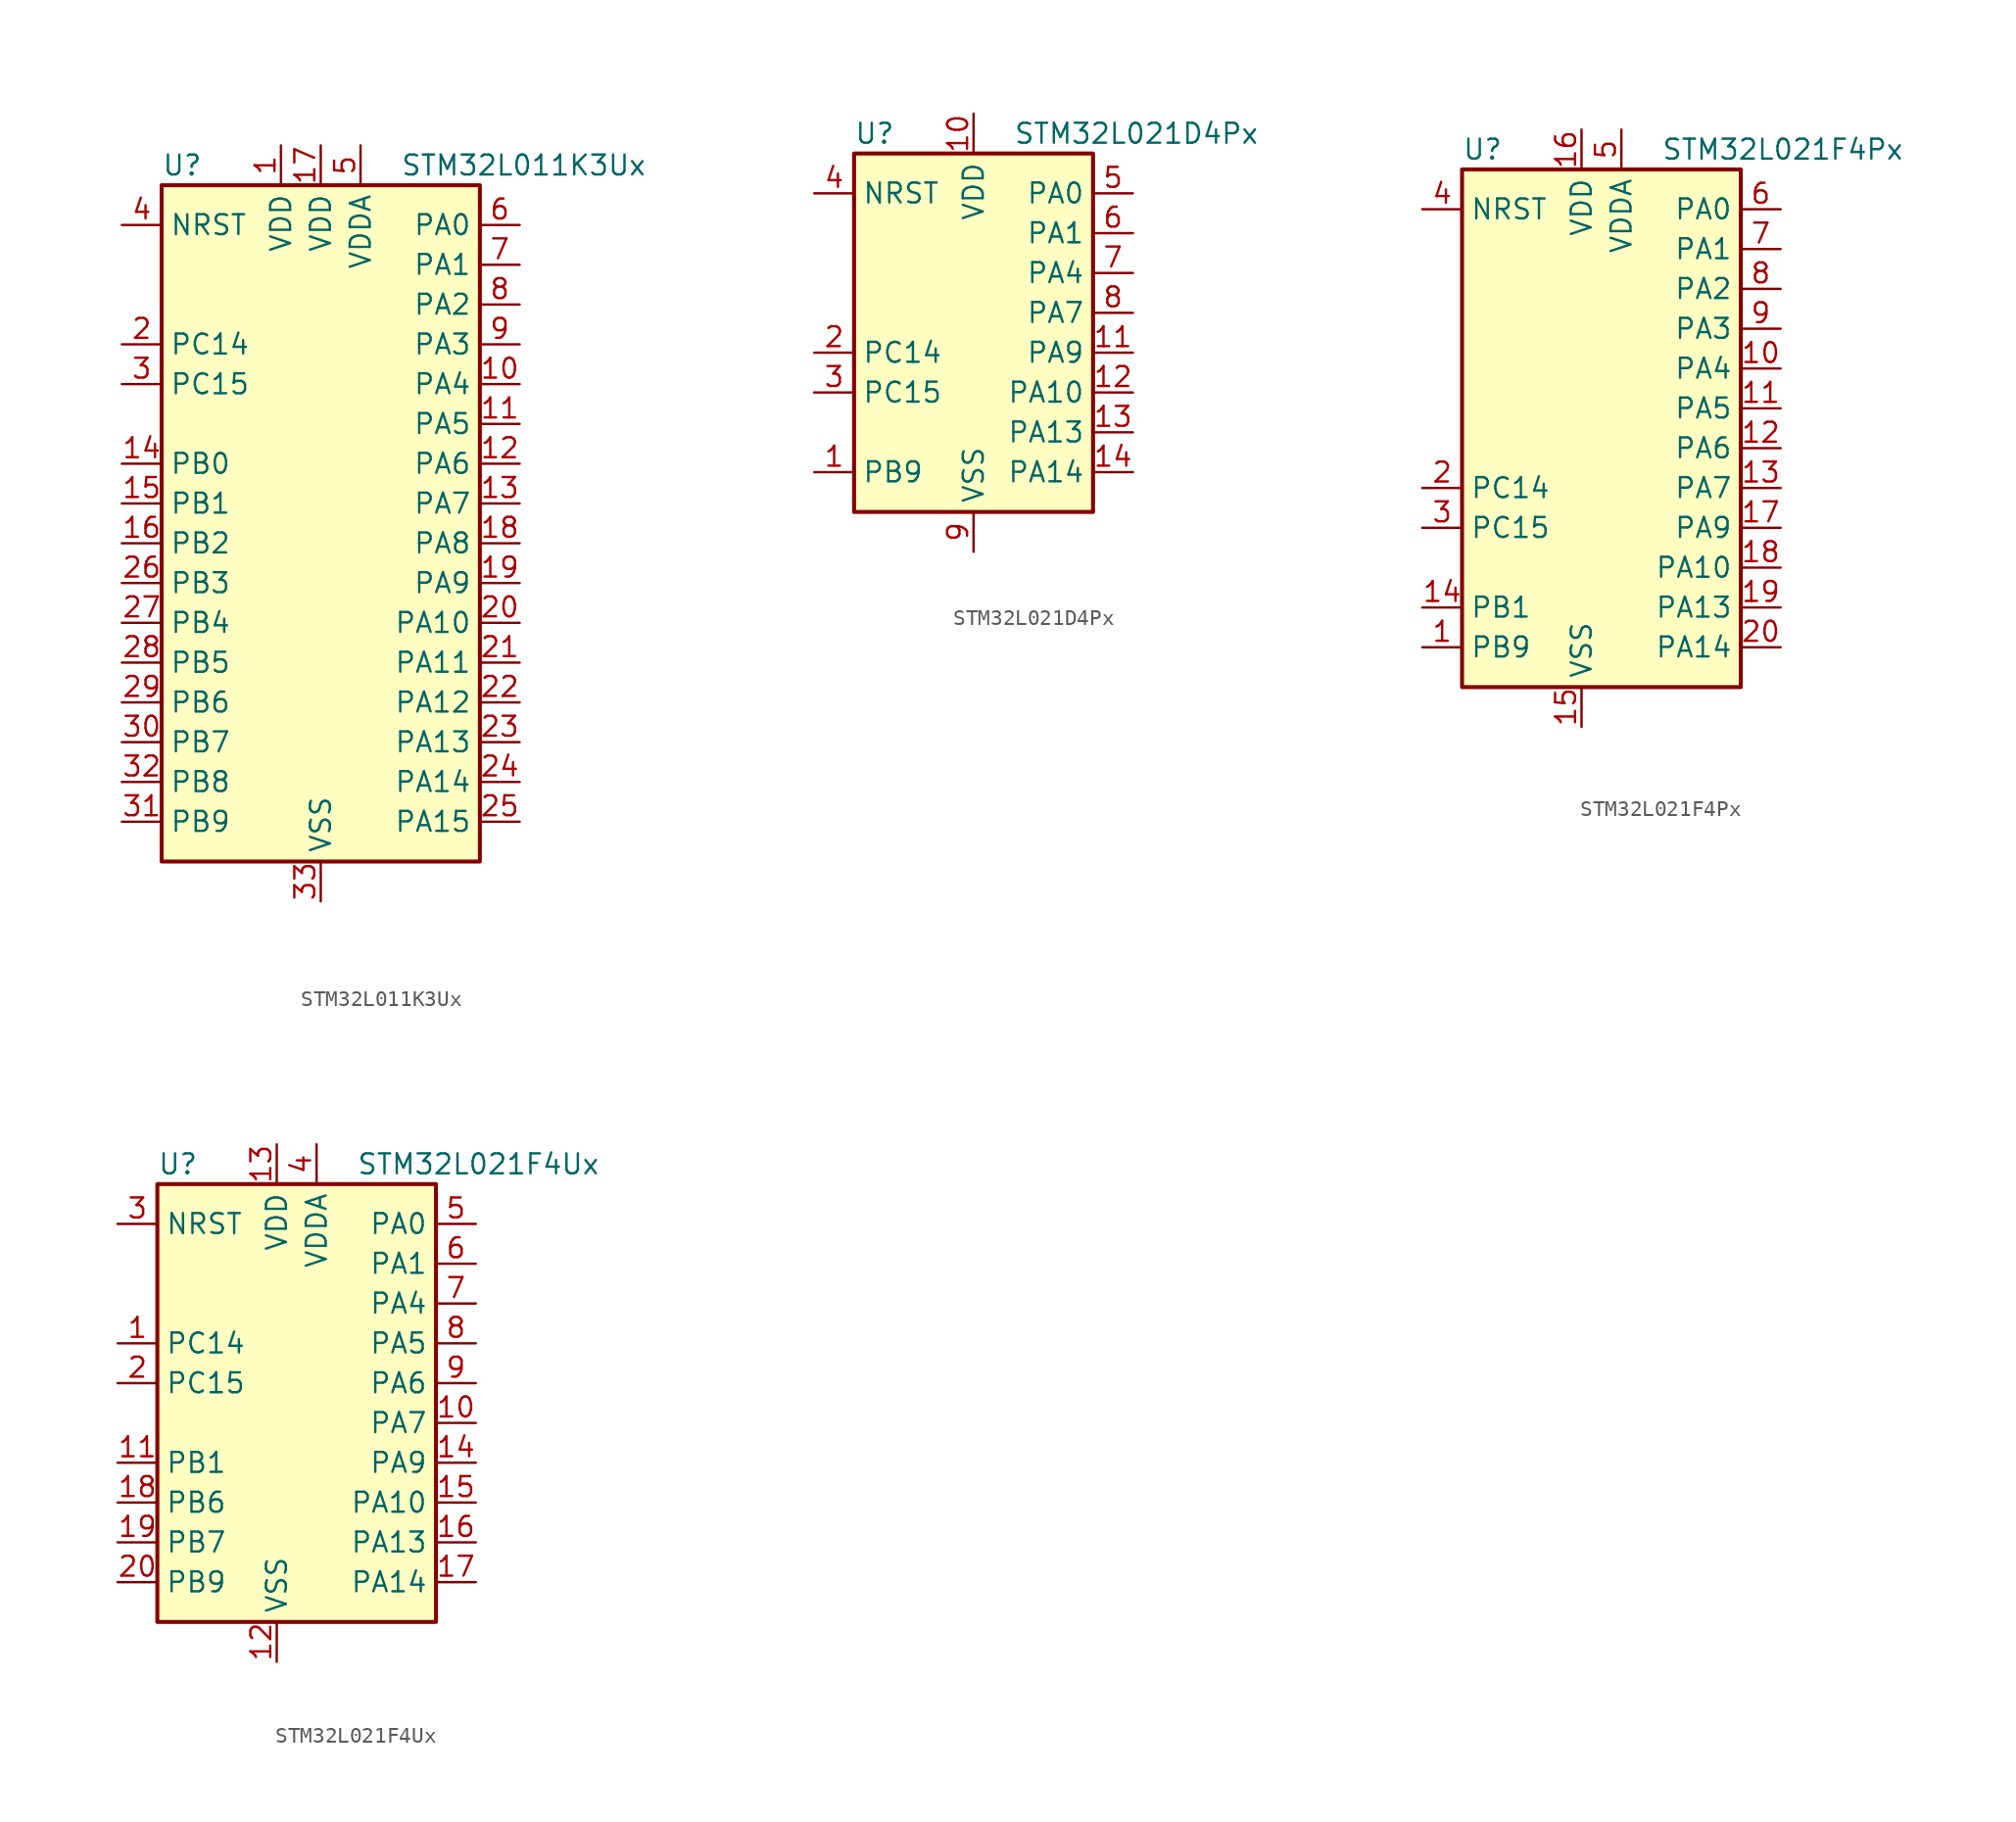
<source format=kicad_sym>
(kicad_symbol_lib
  (version 20201005)
  (generator kicad_symbol_editor)
  (symbol "MCU_ST_STM32L0:STM32L011K3Ux"
    (property "Reference" "U"
      (at -10.16 21.59 0)
      (effects (font (size 1.27 1.27)) (justify left)))
    (property "Value" "STM32L011K3Ux"
      (at 5.08 21.59 0)
      (effects (font (size 1.27 1.27)) (justify left)))
    (symbol "STM32L011K3Ux_0_1"
      (rectangle (start -10.16 -22.86) (end 10.16 20.32) (stroke (width 0.254)) (fill (type background))))
    (symbol "STM32L011K3Ux_1_1"
      (pin input line (at -12.7 17.78 0) (length 2.54) (name "NRST" (effects (font (size 1.27 1.27)))) (number "4" (effects (font (size 1.27 1.27)))))
      (pin bidirectional line (at 12.7 17.78 180) (length 2.54) (name "PA0" (effects (font (size 1.27 1.27)))) (number "6" (effects (font (size 1.27 1.27)))))
      (pin bidirectional line (at 12.7 15.24 180) (length 2.54) (name "PA1" (effects (font (size 1.27 1.27)))) (number "7" (effects (font (size 1.27 1.27)))))
      (pin bidirectional line (at 12.7 -7.62 180) (length 2.54) (name "PA10" (effects (font (size 1.27 1.27)))) (number "20" (effects (font (size 1.27 1.27)))))
      (pin bidirectional line (at 12.7 -10.16 180) (length 2.54) (name "PA11" (effects (font (size 1.27 1.27)))) (number "21" (effects (font (size 1.27 1.27)))))
      (pin bidirectional line (at 12.7 -12.7 180) (length 2.54) (name "PA12" (effects (font (size 1.27 1.27)))) (number "22" (effects (font (size 1.27 1.27)))))
      (pin bidirectional line (at 12.7 -15.24 180) (length 2.54) (name "PA13" (effects (font (size 1.27 1.27)))) (number "23" (effects (font (size 1.27 1.27)))))
      (pin bidirectional line (at 12.7 -17.78 180) (length 2.54) (name "PA14" (effects (font (size 1.27 1.27)))) (number "24" (effects (font (size 1.27 1.27)))))
      (pin bidirectional line (at 12.7 -20.32 180) (length 2.54) (name "PA15" (effects (font (size 1.27 1.27)))) (number "25" (effects (font (size 1.27 1.27)))))
      (pin bidirectional line (at 12.7 12.7 180) (length 2.54) (name "PA2" (effects (font (size 1.27 1.27)))) (number "8" (effects (font (size 1.27 1.27)))))
      (pin bidirectional line (at 12.7 10.16 180) (length 2.54) (name "PA3" (effects (font (size 1.27 1.27)))) (number "9" (effects (font (size 1.27 1.27)))))
      (pin bidirectional line (at 12.7 7.62 180) (length 2.54) (name "PA4" (effects (font (size 1.27 1.27)))) (number "10" (effects (font (size 1.27 1.27)))))
      (pin bidirectional line (at 12.7 5.08 180) (length 2.54) (name "PA5" (effects (font (size 1.27 1.27)))) (number "11" (effects (font (size 1.27 1.27)))))
      (pin bidirectional line (at 12.7 2.54 180) (length 2.54) (name "PA6" (effects (font (size 1.27 1.27)))) (number "12" (effects (font (size 1.27 1.27)))))
      (pin bidirectional line (at 12.7 0 180) (length 2.54) (name "PA7" (effects (font (size 1.27 1.27)))) (number "13" (effects (font (size 1.27 1.27)))))
      (pin bidirectional line (at 12.7 -2.54 180) (length 2.54) (name "PA8" (effects (font (size 1.27 1.27)))) (number "18" (effects (font (size 1.27 1.27)))))
      (pin bidirectional line (at 12.7 -5.08 180) (length 2.54) (name "PA9" (effects (font (size 1.27 1.27)))) (number "19" (effects (font (size 1.27 1.27)))))
      (pin bidirectional line (at -12.7 2.54 0) (length 2.54) (name "PB0" (effects (font (size 1.27 1.27)))) (number "14" (effects (font (size 1.27 1.27)))))
      (pin bidirectional line (at -12.7 0 0) (length 2.54) (name "PB1" (effects (font (size 1.27 1.27)))) (number "15" (effects (font (size 1.27 1.27)))))
      (pin bidirectional line (at -12.7 -2.54 0) (length 2.54) (name "PB2" (effects (font (size 1.27 1.27)))) (number "16" (effects (font (size 1.27 1.27)))))
      (pin bidirectional line (at -12.7 -5.08 0) (length 2.54) (name "PB3" (effects (font (size 1.27 1.27)))) (number "26" (effects (font (size 1.27 1.27)))))
      (pin bidirectional line (at -12.7 -7.62 0) (length 2.54) (name "PB4" (effects (font (size 1.27 1.27)))) (number "27" (effects (font (size 1.27 1.27)))))
      (pin bidirectional line (at -12.7 -10.16 0) (length 2.54) (name "PB5" (effects (font (size 1.27 1.27)))) (number "28" (effects (font (size 1.27 1.27)))))
      (pin bidirectional line (at -12.7 -12.7 0) (length 2.54) (name "PB6" (effects (font (size 1.27 1.27)))) (number "29" (effects (font (size 1.27 1.27)))))
      (pin bidirectional line (at -12.7 -15.24 0) (length 2.54) (name "PB7" (effects (font (size 1.27 1.27)))) (number "30" (effects (font (size 1.27 1.27)))))
      (pin bidirectional line (at -12.7 -17.78 0) (length 2.54) (name "PB8" (effects (font (size 1.27 1.27)))) (number "32" (effects (font (size 1.27 1.27)))))
      (pin bidirectional line (at -12.7 -20.32 0) (length 2.54) (name "PB9" (effects (font (size 1.27 1.27)))) (number "31" (effects (font (size 1.27 1.27)))))
      (pin bidirectional line (at -12.7 10.16 0) (length 2.54) (name "PC14" (effects (font (size 1.27 1.27)))) (number "2" (effects (font (size 1.27 1.27)))))
      (pin bidirectional line (at -12.7 7.62 0) (length 2.54) (name "PC15" (effects (font (size 1.27 1.27)))) (number "3" (effects (font (size 1.27 1.27)))))
      (pin power_in line (at -2.54 22.86 270) (length 2.54) (name "VDD" (effects (font (size 1.27 1.27)))) (number "1" (effects (font (size 1.27 1.27)))))
      (pin power_in line (at 0 22.86 270) (length 2.54) (name "VDD" (effects (font (size 1.27 1.27)))) (number "17" (effects (font (size 1.27 1.27)))))
      (pin power_in line (at 2.54 22.86 270) (length 2.54) (name "VDDA" (effects (font (size 1.27 1.27)))) (number "5" (effects (font (size 1.27 1.27)))))
      (pin power_in line (at 0 -25.4 90) (length 2.54) (name "VSS" (effects (font (size 1.27 1.27)))) (number "33" (effects (font (size 1.27 1.27)))))))
  (symbol "MCU_ST_STM32L0:STM32L021D4Px"
    (property "Reference" "U"
      (at -7.62 11.43 0)
      (effects (font (size 1.27 1.27)) (justify left)))
    (property "Value" "STM32L021D4Px"
      (at 2.54 11.43 0)
      (effects (font (size 1.27 1.27)) (justify left)))
    (symbol "STM32L021D4Px_0_1"
      (rectangle (start -7.62 -12.7) (end 7.62 10.16) (stroke (width 0.254)) (fill (type background))))
    (symbol "STM32L021D4Px_1_1"
      (pin input line (at -10.16 7.62 0) (length 2.54) (name "NRST" (effects (font (size 1.27 1.27)))) (number "4" (effects (font (size 1.27 1.27)))))
      (pin bidirectional line (at 10.16 7.62 180) (length 2.54) (name "PA0" (effects (font (size 1.27 1.27)))) (number "5" (effects (font (size 1.27 1.27)))))
      (pin bidirectional line (at 10.16 5.08 180) (length 2.54) (name "PA1" (effects (font (size 1.27 1.27)))) (number "6" (effects (font (size 1.27 1.27)))))
      (pin bidirectional line (at 10.16 -5.08 180) (length 2.54) (name "PA10" (effects (font (size 1.27 1.27)))) (number "12" (effects (font (size 1.27 1.27)))))
      (pin bidirectional line (at 10.16 -7.62 180) (length 2.54) (name "PA13" (effects (font (size 1.27 1.27)))) (number "13" (effects (font (size 1.27 1.27)))))
      (pin bidirectional line (at 10.16 -10.16 180) (length 2.54) (name "PA14" (effects (font (size 1.27 1.27)))) (number "14" (effects (font (size 1.27 1.27)))))
      (pin bidirectional line (at 10.16 2.54 180) (length 2.54) (name "PA4" (effects (font (size 1.27 1.27)))) (number "7" (effects (font (size 1.27 1.27)))))
      (pin bidirectional line (at 10.16 0 180) (length 2.54) (name "PA7" (effects (font (size 1.27 1.27)))) (number "8" (effects (font (size 1.27 1.27)))))
      (pin bidirectional line (at 10.16 -2.54 180) (length 2.54) (name "PA9" (effects (font (size 1.27 1.27)))) (number "11" (effects (font (size 1.27 1.27)))))
      (pin bidirectional line (at -10.16 -10.16 0) (length 2.54) (name "PB9" (effects (font (size 1.27 1.27)))) (number "1" (effects (font (size 1.27 1.27)))))
      (pin bidirectional line (at -10.16 -2.54 0) (length 2.54) (name "PC14" (effects (font (size 1.27 1.27)))) (number "2" (effects (font (size 1.27 1.27)))))
      (pin bidirectional line (at -10.16 -5.08 0) (length 2.54) (name "PC15" (effects (font (size 1.27 1.27)))) (number "3" (effects (font (size 1.27 1.27)))))
      (pin power_in line (at 0 12.7 270) (length 2.54) (name "VDD" (effects (font (size 1.27 1.27)))) (number "10" (effects (font (size 1.27 1.27)))))
      (pin power_in line (at 0 -15.24 90) (length 2.54) (name "VSS" (effects (font (size 1.27 1.27)))) (number "9" (effects (font (size 1.27 1.27)))))))
  (symbol "MCU_ST_STM32L0:STM32L021F4Px"
    (property "Reference" "U"
      (at -10.16 16.51 0)
      (effects (font (size 1.27 1.27)) (justify left)))
    (property "Value" "STM32L021F4Px"
      (at 2.54 16.51 0)
      (effects (font (size 1.27 1.27)) (justify left)))
    (symbol "STM32L021F4Px_0_1"
      (rectangle (start -10.16 -17.78) (end 7.62 15.24) (stroke (width 0.254)) (fill (type background))))
    (symbol "STM32L021F4Px_1_1"
      (pin input line (at -12.7 12.7 0) (length 2.54) (name "NRST" (effects (font (size 1.27 1.27)))) (number "4" (effects (font (size 1.27 1.27)))))
      (pin bidirectional line (at 10.16 12.7 180) (length 2.54) (name "PA0" (effects (font (size 1.27 1.27)))) (number "6" (effects (font (size 1.27 1.27)))))
      (pin bidirectional line (at 10.16 10.16 180) (length 2.54) (name "PA1" (effects (font (size 1.27 1.27)))) (number "7" (effects (font (size 1.27 1.27)))))
      (pin bidirectional line (at 10.16 -10.16 180) (length 2.54) (name "PA10" (effects (font (size 1.27 1.27)))) (number "18" (effects (font (size 1.27 1.27)))))
      (pin bidirectional line (at 10.16 -12.7 180) (length 2.54) (name "PA13" (effects (font (size 1.27 1.27)))) (number "19" (effects (font (size 1.27 1.27)))))
      (pin bidirectional line (at 10.16 -15.24 180) (length 2.54) (name "PA14" (effects (font (size 1.27 1.27)))) (number "20" (effects (font (size 1.27 1.27)))))
      (pin bidirectional line (at 10.16 7.62 180) (length 2.54) (name "PA2" (effects (font (size 1.27 1.27)))) (number "8" (effects (font (size 1.27 1.27)))))
      (pin bidirectional line (at 10.16 5.08 180) (length 2.54) (name "PA3" (effects (font (size 1.27 1.27)))) (number "9" (effects (font (size 1.27 1.27)))))
      (pin bidirectional line (at 10.16 2.54 180) (length 2.54) (name "PA4" (effects (font (size 1.27 1.27)))) (number "10" (effects (font (size 1.27 1.27)))))
      (pin bidirectional line (at 10.16 0 180) (length 2.54) (name "PA5" (effects (font (size 1.27 1.27)))) (number "11" (effects (font (size 1.27 1.27)))))
      (pin bidirectional line (at 10.16 -2.54 180) (length 2.54) (name "PA6" (effects (font (size 1.27 1.27)))) (number "12" (effects (font (size 1.27 1.27)))))
      (pin bidirectional line (at 10.16 -5.08 180) (length 2.54) (name "PA7" (effects (font (size 1.27 1.27)))) (number "13" (effects (font (size 1.27 1.27)))))
      (pin bidirectional line (at 10.16 -7.62 180) (length 2.54) (name "PA9" (effects (font (size 1.27 1.27)))) (number "17" (effects (font (size 1.27 1.27)))))
      (pin bidirectional line (at -12.7 -12.7 0) (length 2.54) (name "PB1" (effects (font (size 1.27 1.27)))) (number "14" (effects (font (size 1.27 1.27)))))
      (pin bidirectional line (at -12.7 -15.24 0) (length 2.54) (name "PB9" (effects (font (size 1.27 1.27)))) (number "1" (effects (font (size 1.27 1.27)))))
      (pin bidirectional line (at -12.7 -5.08 0) (length 2.54) (name "PC14" (effects (font (size 1.27 1.27)))) (number "2" (effects (font (size 1.27 1.27)))))
      (pin bidirectional line (at -12.7 -7.62 0) (length 2.54) (name "PC15" (effects (font (size 1.27 1.27)))) (number "3" (effects (font (size 1.27 1.27)))))
      (pin power_in line (at -2.54 17.78 270) (length 2.54) (name "VDD" (effects (font (size 1.27 1.27)))) (number "16" (effects (font (size 1.27 1.27)))))
      (pin power_in line (at 0 17.78 270) (length 2.54) (name "VDDA" (effects (font (size 1.27 1.27)))) (number "5" (effects (font (size 1.27 1.27)))))
      (pin power_in line (at -2.54 -20.32 90) (length 2.54) (name "VSS" (effects (font (size 1.27 1.27)))) (number "15" (effects (font (size 1.27 1.27)))))))
  (symbol "MCU_ST_STM32L0:STM32L021F4Ux"
    (property "Reference" "U"
      (at -10.16 13.97 0)
      (effects (font (size 1.27 1.27)) (justify left)))
    (property "Value" "STM32L021F4Ux"
      (at 2.54 13.97 0)
      (effects (font (size 1.27 1.27)) (justify left)))
    (symbol "STM32L021F4Ux_0_1"
      (rectangle (start -10.16 -15.24) (end 7.62 12.7) (stroke (width 0.254)) (fill (type background))))
    (symbol "STM32L021F4Ux_1_1"
      (pin input line (at -12.7 10.16 0) (length 2.54) (name "NRST" (effects (font (size 1.27 1.27)))) (number "3" (effects (font (size 1.27 1.27)))))
      (pin bidirectional line (at 10.16 10.16 180) (length 2.54) (name "PA0" (effects (font (size 1.27 1.27)))) (number "5" (effects (font (size 1.27 1.27)))))
      (pin bidirectional line (at 10.16 7.62 180) (length 2.54) (name "PA1" (effects (font (size 1.27 1.27)))) (number "6" (effects (font (size 1.27 1.27)))))
      (pin bidirectional line (at 10.16 -7.62 180) (length 2.54) (name "PA10" (effects (font (size 1.27 1.27)))) (number "15" (effects (font (size 1.27 1.27)))))
      (pin bidirectional line (at 10.16 -10.16 180) (length 2.54) (name "PA13" (effects (font (size 1.27 1.27)))) (number "16" (effects (font (size 1.27 1.27)))))
      (pin bidirectional line (at 10.16 -12.7 180) (length 2.54) (name "PA14" (effects (font (size 1.27 1.27)))) (number "17" (effects (font (size 1.27 1.27)))))
      (pin bidirectional line (at 10.16 5.08 180) (length 2.54) (name "PA4" (effects (font (size 1.27 1.27)))) (number "7" (effects (font (size 1.27 1.27)))))
      (pin bidirectional line (at 10.16 2.54 180) (length 2.54) (name "PA5" (effects (font (size 1.27 1.27)))) (number "8" (effects (font (size 1.27 1.27)))))
      (pin bidirectional line (at 10.16 0 180) (length 2.54) (name "PA6" (effects (font (size 1.27 1.27)))) (number "9" (effects (font (size 1.27 1.27)))))
      (pin bidirectional line (at 10.16 -2.54 180) (length 2.54) (name "PA7" (effects (font (size 1.27 1.27)))) (number "10" (effects (font (size 1.27 1.27)))))
      (pin bidirectional line (at 10.16 -5.08 180) (length 2.54) (name "PA9" (effects (font (size 1.27 1.27)))) (number "14" (effects (font (size 1.27 1.27)))))
      (pin bidirectional line (at -12.7 -5.08 0) (length 2.54) (name "PB1" (effects (font (size 1.27 1.27)))) (number "11" (effects (font (size 1.27 1.27)))))
      (pin bidirectional line (at -12.7 -7.62 0) (length 2.54) (name "PB6" (effects (font (size 1.27 1.27)))) (number "18" (effects (font (size 1.27 1.27)))))
      (pin bidirectional line (at -12.7 -10.16 0) (length 2.54) (name "PB7" (effects (font (size 1.27 1.27)))) (number "19" (effects (font (size 1.27 1.27)))))
      (pin bidirectional line (at -12.7 -12.7 0) (length 2.54) (name "PB9" (effects (font (size 1.27 1.27)))) (number "20" (effects (font (size 1.27 1.27)))))
      (pin bidirectional line (at -12.7 2.54 0) (length 2.54) (name "PC14" (effects (font (size 1.27 1.27)))) (number "1" (effects (font (size 1.27 1.27)))))
      (pin bidirectional line (at -12.7 0 0) (length 2.54) (name "PC15" (effects (font (size 1.27 1.27)))) (number "2" (effects (font (size 1.27 1.27)))))
      (pin power_in line (at -2.54 15.24 270) (length 2.54) (name "VDD" (effects (font (size 1.27 1.27)))) (number "13" (effects (font (size 1.27 1.27)))))
      (pin power_in line (at 0 15.24 270) (length 2.54) (name "VDDA" (effects (font (size 1.27 1.27)))) (number "4" (effects (font (size 1.27 1.27)))))
      (pin power_in line (at -2.54 -17.78 90) (length 2.54) (name "VSS" (effects (font (size 1.27 1.27)))) (number "12" (effects (font (size 1.27 1.27))))))))
</source>
